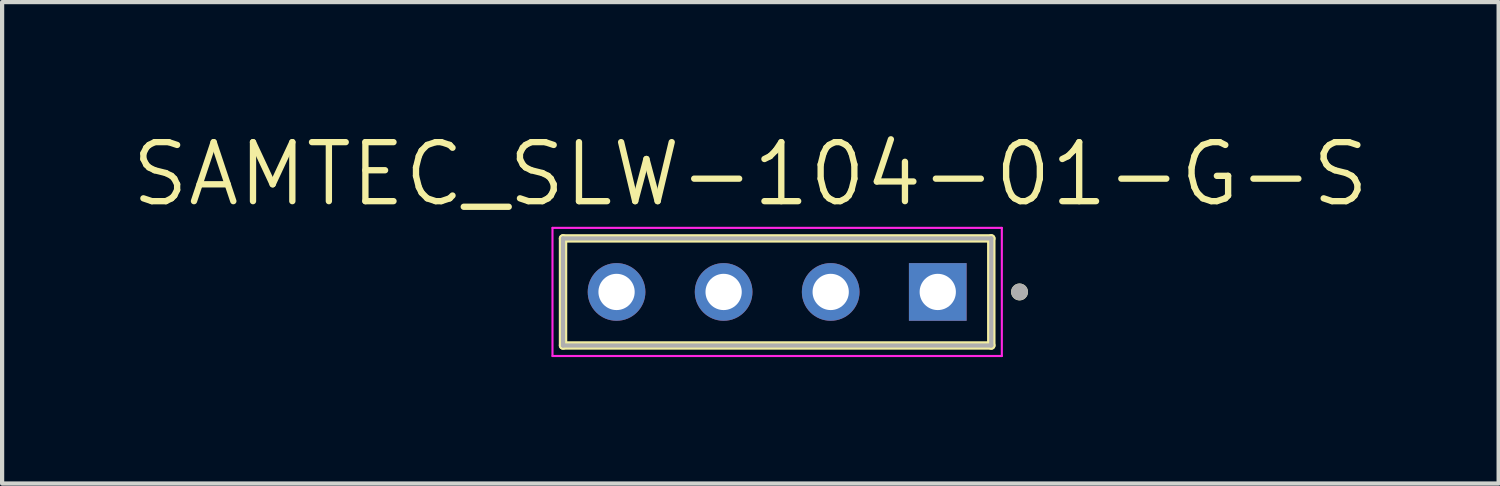
<source format=kicad_pcb>
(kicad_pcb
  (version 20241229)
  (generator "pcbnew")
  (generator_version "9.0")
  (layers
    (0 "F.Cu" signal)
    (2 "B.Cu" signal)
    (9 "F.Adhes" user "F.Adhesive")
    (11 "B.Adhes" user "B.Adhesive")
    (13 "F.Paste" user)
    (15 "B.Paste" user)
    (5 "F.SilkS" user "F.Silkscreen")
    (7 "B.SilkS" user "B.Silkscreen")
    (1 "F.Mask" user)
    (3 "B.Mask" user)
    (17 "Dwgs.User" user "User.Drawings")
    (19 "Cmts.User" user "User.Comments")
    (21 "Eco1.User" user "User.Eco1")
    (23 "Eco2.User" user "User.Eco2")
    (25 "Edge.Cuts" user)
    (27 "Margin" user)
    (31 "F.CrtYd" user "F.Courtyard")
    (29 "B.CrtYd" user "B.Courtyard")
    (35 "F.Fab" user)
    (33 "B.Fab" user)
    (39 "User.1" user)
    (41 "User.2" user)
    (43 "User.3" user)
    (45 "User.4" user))
  (footprint "SAMTEC_SLW-104-01-G-S"
    (layer "F.Cu")
    (at 15.387 3.876)
    (property "Reference" "SAMTEC_SLW-104-01-G-S" (at -0.635 -2.794 0) (layer "F.SilkS") (effects (font (size 1.4 1.4) (thickness 0.15))))
    (attr through_hole)
    (fp_line (start -5.08 -1.27) (end 5.08 -1.27) (stroke (width 0.2) (type solid)) (layer "F.SilkS"))
    (fp_line (start -5.08 1.27) (end -5.08 -1.27) (stroke (width 0.2) (type solid)) (layer "F.SilkS"))
    (fp_line (start 5.08 -1.27) (end 5.08 1.27) (stroke (width 0.2) (type solid)) (layer "F.SilkS"))
    (fp_line (start 5.08 1.27) (end -5.08 1.27) (stroke (width 0.2) (type solid)) (layer "F.SilkS"))
    (fp_circle (center 5.75 0) (end 5.85 0) (stroke (width 0.2) (type solid)) (fill no) (layer "F.SilkS"))
    (fp_line (start -5.33 -1.52) (end 5.33 -1.52) (stroke (width 0.05) (type solid)) (layer "F.CrtYd"))
    (fp_line (start -5.33 1.52) (end -5.33 -1.52) (stroke (width 0.05) (type solid)) (layer "F.CrtYd"))
    (fp_line (start 5.33 -1.52) (end 5.33 1.52) (stroke (width 0.05) (type solid)) (layer "F.CrtYd"))
    (fp_line (start 5.33 1.52) (end -5.33 1.52) (stroke (width 0.05) (type solid)) (layer "F.CrtYd"))
    (fp_line (start -5.08 -1.27) (end 5.08 -1.27) (stroke (width 0.1) (type solid)) (layer "F.Fab"))
    (fp_line (start -5.08 1.27) (end -5.08 -1.27) (stroke (width 0.1) (type solid)) (layer "F.Fab"))
    (fp_line (start 5.08 -1.27) (end 5.08 1.27) (stroke (width 0.1) (type solid)) (layer "F.Fab"))
    (fp_line (start 5.08 1.27) (end -5.08 1.27) (stroke (width 0.1) (type solid)) (layer "F.Fab"))
    (fp_circle (center 5.75 0) (end 5.85 0) (stroke (width 0.2) (type solid)) (fill no) (layer "F.Fab"))
    (pad "01" thru_hole rect (at 3.81 0) (size 1.368 1.368) (drill 0.86) (layers "*.Cu" "*.Mask"))
    (pad "02" thru_hole circle (at 1.27 0) (size 1.368 1.368) (drill 0.86) (layers "*.Cu" "*.Mask"))
    (pad "03" thru_hole circle (at -1.27 0) (size 1.368 1.368) (drill 0.86) (layers "*.Cu" "*.Mask"))
    (pad "04" thru_hole circle (at -3.81 0) (size 1.368 1.368) (drill 0.86) (layers "*.Cu" "*.Mask")))
  (gr_rect
    (start -3 -3)
    (end 32.503 8.421)
    (stroke (width 0.1) (type default))
    (fill no)
    (layer "Edge.Cuts")))
</source>
